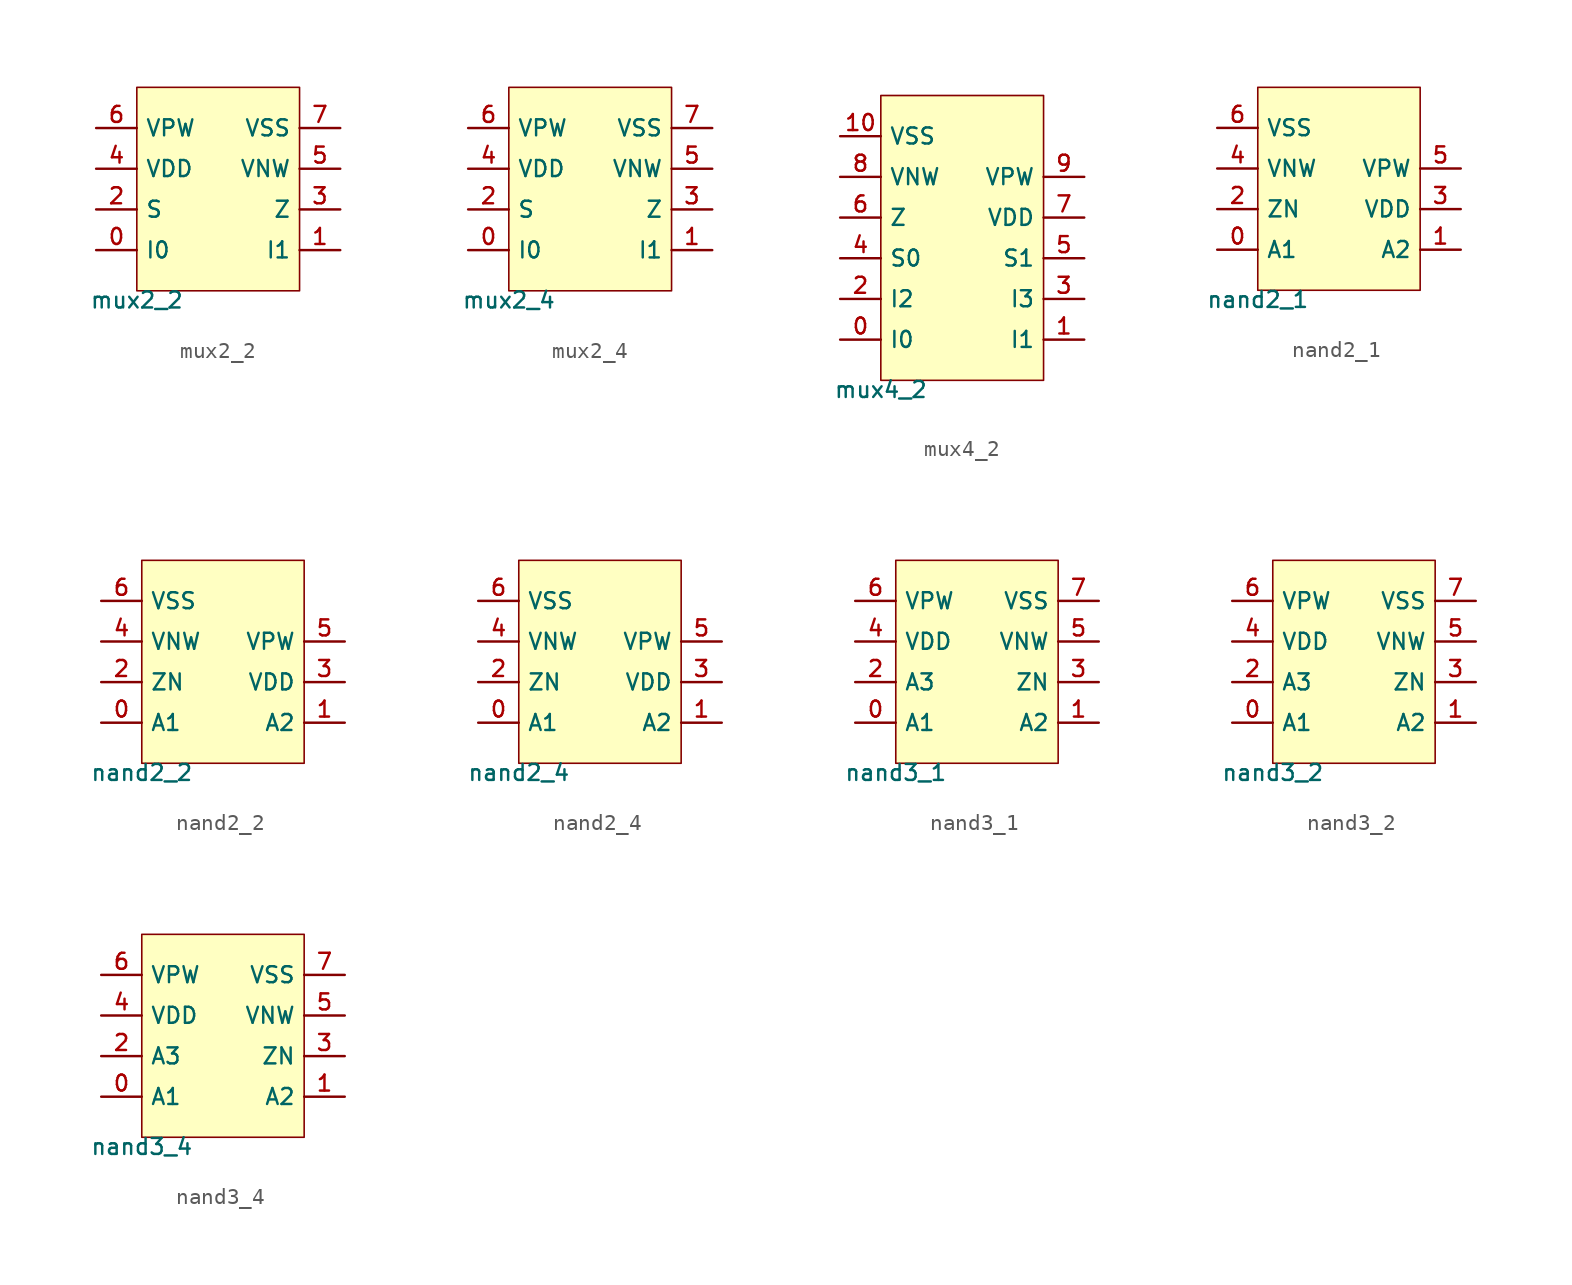
<source format=kicad_sym>
(kicad_symbol_lib
  (version 20211014)
  (generator pdk2kicad)
  (symbol "mux2_2"
    (property "Reference" "X"
      (at 0 0 0)
      (effects (font (size 1 1)) hide))
    (property "Value" "mux2_2"
      (at -5.08 -6.35 0)
      (effects (font (size 1 1)) (justify top)))
    (rectangle
      (start -5.08 -6.35)
      (end 5.08 6.35)
      (stroke (width 0.1) (type solid) (color 0 0 0 0))
      (fill (type background)))
    (pin bidirectional line
      (at -7.62 -3.81 0)
      (length 2.54)
      (name "I0" (effects (font (size 1 1)) hide))
      (number "0" (effects (font (size 1 1)) hide)))
    (pin bidirectional line
      (at 7.62 -3.81 180)
      (length 2.54)
      (name "I1" (effects (font (size 1 1)) hide))
      (number "1" (effects (font (size 1 1)) hide)))
    (pin bidirectional line
      (at -7.62 -1.27 0)
      (length 2.54)
      (name "S" (effects (font (size 1 1)) hide))
      (number "2" (effects (font (size 1 1)) hide)))
    (pin bidirectional line
      (at 7.62 -1.27 180)
      (length 2.54)
      (name "Z" (effects (font (size 1 1)) hide))
      (number "3" (effects (font (size 1 1)) hide)))
    (pin bidirectional line
      (at -7.62 1.27 0)
      (length 2.54)
      (name "VDD" (effects (font (size 1 1)) hide))
      (number "4" (effects (font (size 1 1)) hide)))
    (pin bidirectional line
      (at 7.62 1.27 180)
      (length 2.54)
      (name "VNW" (effects (font (size 1 1)) hide))
      (number "5" (effects (font (size 1 1)) hide)))
    (pin bidirectional line
      (at -7.62 3.81 0)
      (length 2.54)
      (name "VPW" (effects (font (size 1 1)) hide))
      (number "6" (effects (font (size 1 1)) hide)))
    (pin bidirectional line
      (at 7.62 3.81 180)
      (length 2.54)
      (name "VSS" (effects (font (size 1 1)) hide))
      (number "7" (effects (font (size 1 1)) hide))))
  (symbol "mux2_4"
    (property "Reference" "X"
      (at 0 0 0)
      (effects (font (size 1 1)) hide))
    (property "Value" "mux2_4"
      (at -5.08 -6.35 0)
      (effects (font (size 1 1)) (justify top)))
    (rectangle
      (start -5.08 -6.35)
      (end 5.08 6.35)
      (stroke (width 0.1) (type solid) (color 0 0 0 0))
      (fill (type background)))
    (pin bidirectional line
      (at -7.62 -3.81 0)
      (length 2.54)
      (name "I0" (effects (font (size 1 1)) hide))
      (number "0" (effects (font (size 1 1)) hide)))
    (pin bidirectional line
      (at 7.62 -3.81 180)
      (length 2.54)
      (name "I1" (effects (font (size 1 1)) hide))
      (number "1" (effects (font (size 1 1)) hide)))
    (pin bidirectional line
      (at -7.62 -1.27 0)
      (length 2.54)
      (name "S" (effects (font (size 1 1)) hide))
      (number "2" (effects (font (size 1 1)) hide)))
    (pin bidirectional line
      (at 7.62 -1.27 180)
      (length 2.54)
      (name "Z" (effects (font (size 1 1)) hide))
      (number "3" (effects (font (size 1 1)) hide)))
    (pin bidirectional line
      (at -7.62 1.27 0)
      (length 2.54)
      (name "VDD" (effects (font (size 1 1)) hide))
      (number "4" (effects (font (size 1 1)) hide)))
    (pin bidirectional line
      (at 7.62 1.27 180)
      (length 2.54)
      (name "VNW" (effects (font (size 1 1)) hide))
      (number "5" (effects (font (size 1 1)) hide)))
    (pin bidirectional line
      (at -7.62 3.81 0)
      (length 2.54)
      (name "VPW" (effects (font (size 1 1)) hide))
      (number "6" (effects (font (size 1 1)) hide)))
    (pin bidirectional line
      (at 7.62 3.81 180)
      (length 2.54)
      (name "VSS" (effects (font (size 1 1)) hide))
      (number "7" (effects (font (size 1 1)) hide))))
  (symbol "mux4_2"
    (property "Reference" "X"
      (at 0 0 0)
      (effects (font (size 1 1)) hide))
    (property "Value" "mux4_2"
      (at -5.08 -8.89 0)
      (effects (font (size 1 1)) (justify top)))
    (rectangle
      (start -5.08 -8.89)
      (end 5.08 8.89)
      (stroke (width 0.1) (type solid) (color 0 0 0 0))
      (fill (type background)))
    (pin bidirectional line
      (at -7.62 -6.35 0)
      (length 2.54)
      (name "I0" (effects (font (size 1 1)) hide))
      (number "0" (effects (font (size 1 1)) hide)))
    (pin bidirectional line
      (at 7.62 -6.35 180)
      (length 2.54)
      (name "I1" (effects (font (size 1 1)) hide))
      (number "1" (effects (font (size 1 1)) hide)))
    (pin bidirectional line
      (at -7.62 -3.81 0)
      (length 2.54)
      (name "I2" (effects (font (size 1 1)) hide))
      (number "2" (effects (font (size 1 1)) hide)))
    (pin bidirectional line
      (at 7.62 -3.81 180)
      (length 2.54)
      (name "I3" (effects (font (size 1 1)) hide))
      (number "3" (effects (font (size 1 1)) hide)))
    (pin bidirectional line
      (at -7.62 -1.27 0)
      (length 2.54)
      (name "S0" (effects (font (size 1 1)) hide))
      (number "4" (effects (font (size 1 1)) hide)))
    (pin bidirectional line
      (at 7.62 -1.27 180)
      (length 2.54)
      (name "S1" (effects (font (size 1 1)) hide))
      (number "5" (effects (font (size 1 1)) hide)))
    (pin bidirectional line
      (at -7.62 1.27 0)
      (length 2.54)
      (name "Z" (effects (font (size 1 1)) hide))
      (number "6" (effects (font (size 1 1)) hide)))
    (pin bidirectional line
      (at 7.62 1.27 180)
      (length 2.54)
      (name "VDD" (effects (font (size 1 1)) hide))
      (number "7" (effects (font (size 1 1)) hide)))
    (pin bidirectional line
      (at -7.62 3.81 0)
      (length 2.54)
      (name "VNW" (effects (font (size 1 1)) hide))
      (number "8" (effects (font (size 1 1)) hide)))
    (pin bidirectional line
      (at 7.62 3.81 180)
      (length 2.54)
      (name "VPW" (effects (font (size 1 1)) hide))
      (number "9" (effects (font (size 1 1)) hide)))
    (pin bidirectional line
      (at -7.62 6.35 0)
      (length 2.54)
      (name "VSS" (effects (font (size 1 1)) hide))
      (number "10" (effects (font (size 1 1)) hide))))
  (symbol "nand2_1"
    (property "Reference" "X"
      (at 0 0 0)
      (effects (font (size 1 1)) hide))
    (property "Value" "nand2_1"
      (at -5.08 -6.35 0)
      (effects (font (size 1 1)) (justify top)))
    (rectangle
      (start -5.08 -6.35)
      (end 5.08 6.35)
      (stroke (width 0.1) (type solid) (color 0 0 0 0))
      (fill (type background)))
    (pin bidirectional line
      (at -7.62 -3.81 0)
      (length 2.54)
      (name "A1" (effects (font (size 1 1)) hide))
      (number "0" (effects (font (size 1 1)) hide)))
    (pin bidirectional line
      (at 7.62 -3.81 180)
      (length 2.54)
      (name "A2" (effects (font (size 1 1)) hide))
      (number "1" (effects (font (size 1 1)) hide)))
    (pin bidirectional line
      (at -7.62 -1.27 0)
      (length 2.54)
      (name "ZN" (effects (font (size 1 1)) hide))
      (number "2" (effects (font (size 1 1)) hide)))
    (pin bidirectional line
      (at 7.62 -1.27 180)
      (length 2.54)
      (name "VDD" (effects (font (size 1 1)) hide))
      (number "3" (effects (font (size 1 1)) hide)))
    (pin bidirectional line
      (at -7.62 1.27 0)
      (length 2.54)
      (name "VNW" (effects (font (size 1 1)) hide))
      (number "4" (effects (font (size 1 1)) hide)))
    (pin bidirectional line
      (at 7.62 1.27 180)
      (length 2.54)
      (name "VPW" (effects (font (size 1 1)) hide))
      (number "5" (effects (font (size 1 1)) hide)))
    (pin bidirectional line
      (at -7.62 3.81 0)
      (length 2.54)
      (name "VSS" (effects (font (size 1 1)) hide))
      (number "6" (effects (font (size 1 1)) hide))))
  (symbol "nand2_2"
    (property "Reference" "X"
      (at 0 0 0)
      (effects (font (size 1 1)) hide))
    (property "Value" "nand2_2"
      (at -5.08 -6.35 0)
      (effects (font (size 1 1)) (justify top)))
    (rectangle
      (start -5.08 -6.35)
      (end 5.08 6.35)
      (stroke (width 0.1) (type solid) (color 0 0 0 0))
      (fill (type background)))
    (pin bidirectional line
      (at -7.62 -3.81 0)
      (length 2.54)
      (name "A1" (effects (font (size 1 1)) hide))
      (number "0" (effects (font (size 1 1)) hide)))
    (pin bidirectional line
      (at 7.62 -3.81 180)
      (length 2.54)
      (name "A2" (effects (font (size 1 1)) hide))
      (number "1" (effects (font (size 1 1)) hide)))
    (pin bidirectional line
      (at -7.62 -1.27 0)
      (length 2.54)
      (name "ZN" (effects (font (size 1 1)) hide))
      (number "2" (effects (font (size 1 1)) hide)))
    (pin bidirectional line
      (at 7.62 -1.27 180)
      (length 2.54)
      (name "VDD" (effects (font (size 1 1)) hide))
      (number "3" (effects (font (size 1 1)) hide)))
    (pin bidirectional line
      (at -7.62 1.27 0)
      (length 2.54)
      (name "VNW" (effects (font (size 1 1)) hide))
      (number "4" (effects (font (size 1 1)) hide)))
    (pin bidirectional line
      (at 7.62 1.27 180)
      (length 2.54)
      (name "VPW" (effects (font (size 1 1)) hide))
      (number "5" (effects (font (size 1 1)) hide)))
    (pin bidirectional line
      (at -7.62 3.81 0)
      (length 2.54)
      (name "VSS" (effects (font (size 1 1)) hide))
      (number "6" (effects (font (size 1 1)) hide))))
  (symbol "nand2_4"
    (property "Reference" "X"
      (at 0 0 0)
      (effects (font (size 1 1)) hide))
    (property "Value" "nand2_4"
      (at -5.08 -6.35 0)
      (effects (font (size 1 1)) (justify top)))
    (rectangle
      (start -5.08 -6.35)
      (end 5.08 6.35)
      (stroke (width 0.1) (type solid) (color 0 0 0 0))
      (fill (type background)))
    (pin bidirectional line
      (at -7.62 -3.81 0)
      (length 2.54)
      (name "A1" (effects (font (size 1 1)) hide))
      (number "0" (effects (font (size 1 1)) hide)))
    (pin bidirectional line
      (at 7.62 -3.81 180)
      (length 2.54)
      (name "A2" (effects (font (size 1 1)) hide))
      (number "1" (effects (font (size 1 1)) hide)))
    (pin bidirectional line
      (at -7.62 -1.27 0)
      (length 2.54)
      (name "ZN" (effects (font (size 1 1)) hide))
      (number "2" (effects (font (size 1 1)) hide)))
    (pin bidirectional line
      (at 7.62 -1.27 180)
      (length 2.54)
      (name "VDD" (effects (font (size 1 1)) hide))
      (number "3" (effects (font (size 1 1)) hide)))
    (pin bidirectional line
      (at -7.62 1.27 0)
      (length 2.54)
      (name "VNW" (effects (font (size 1 1)) hide))
      (number "4" (effects (font (size 1 1)) hide)))
    (pin bidirectional line
      (at 7.62 1.27 180)
      (length 2.54)
      (name "VPW" (effects (font (size 1 1)) hide))
      (number "5" (effects (font (size 1 1)) hide)))
    (pin bidirectional line
      (at -7.62 3.81 0)
      (length 2.54)
      (name "VSS" (effects (font (size 1 1)) hide))
      (number "6" (effects (font (size 1 1)) hide))))
  (symbol "nand3_1"
    (property "Reference" "X"
      (at 0 0 0)
      (effects (font (size 1 1)) hide))
    (property "Value" "nand3_1"
      (at -5.08 -6.35 0)
      (effects (font (size 1 1)) (justify top)))
    (rectangle
      (start -5.08 -6.35)
      (end 5.08 6.35)
      (stroke (width 0.1) (type solid) (color 0 0 0 0))
      (fill (type background)))
    (pin bidirectional line
      (at -7.62 -3.81 0)
      (length 2.54)
      (name "A1" (effects (font (size 1 1)) hide))
      (number "0" (effects (font (size 1 1)) hide)))
    (pin bidirectional line
      (at 7.62 -3.81 180)
      (length 2.54)
      (name "A2" (effects (font (size 1 1)) hide))
      (number "1" (effects (font (size 1 1)) hide)))
    (pin bidirectional line
      (at -7.62 -1.27 0)
      (length 2.54)
      (name "A3" (effects (font (size 1 1)) hide))
      (number "2" (effects (font (size 1 1)) hide)))
    (pin bidirectional line
      (at 7.62 -1.27 180)
      (length 2.54)
      (name "ZN" (effects (font (size 1 1)) hide))
      (number "3" (effects (font (size 1 1)) hide)))
    (pin bidirectional line
      (at -7.62 1.27 0)
      (length 2.54)
      (name "VDD" (effects (font (size 1 1)) hide))
      (number "4" (effects (font (size 1 1)) hide)))
    (pin bidirectional line
      (at 7.62 1.27 180)
      (length 2.54)
      (name "VNW" (effects (font (size 1 1)) hide))
      (number "5" (effects (font (size 1 1)) hide)))
    (pin bidirectional line
      (at -7.62 3.81 0)
      (length 2.54)
      (name "VPW" (effects (font (size 1 1)) hide))
      (number "6" (effects (font (size 1 1)) hide)))
    (pin bidirectional line
      (at 7.62 3.81 180)
      (length 2.54)
      (name "VSS" (effects (font (size 1 1)) hide))
      (number "7" (effects (font (size 1 1)) hide))))
  (symbol "nand3_2"
    (property "Reference" "X"
      (at 0 0 0)
      (effects (font (size 1 1)) hide))
    (property "Value" "nand3_2"
      (at -5.08 -6.35 0)
      (effects (font (size 1 1)) (justify top)))
    (rectangle
      (start -5.08 -6.35)
      (end 5.08 6.35)
      (stroke (width 0.1) (type solid) (color 0 0 0 0))
      (fill (type background)))
    (pin bidirectional line
      (at -7.62 -3.81 0)
      (length 2.54)
      (name "A1" (effects (font (size 1 1)) hide))
      (number "0" (effects (font (size 1 1)) hide)))
    (pin bidirectional line
      (at 7.62 -3.81 180)
      (length 2.54)
      (name "A2" (effects (font (size 1 1)) hide))
      (number "1" (effects (font (size 1 1)) hide)))
    (pin bidirectional line
      (at -7.62 -1.27 0)
      (length 2.54)
      (name "A3" (effects (font (size 1 1)) hide))
      (number "2" (effects (font (size 1 1)) hide)))
    (pin bidirectional line
      (at 7.62 -1.27 180)
      (length 2.54)
      (name "ZN" (effects (font (size 1 1)) hide))
      (number "3" (effects (font (size 1 1)) hide)))
    (pin bidirectional line
      (at -7.62 1.27 0)
      (length 2.54)
      (name "VDD" (effects (font (size 1 1)) hide))
      (number "4" (effects (font (size 1 1)) hide)))
    (pin bidirectional line
      (at 7.62 1.27 180)
      (length 2.54)
      (name "VNW" (effects (font (size 1 1)) hide))
      (number "5" (effects (font (size 1 1)) hide)))
    (pin bidirectional line
      (at -7.62 3.81 0)
      (length 2.54)
      (name "VPW" (effects (font (size 1 1)) hide))
      (number "6" (effects (font (size 1 1)) hide)))
    (pin bidirectional line
      (at 7.62 3.81 180)
      (length 2.54)
      (name "VSS" (effects (font (size 1 1)) hide))
      (number "7" (effects (font (size 1 1)) hide))))
  (symbol "nand3_4"
    (property "Reference" "X"
      (at 0 0 0)
      (effects (font (size 1 1)) hide))
    (property "Value" "nand3_4"
      (at -5.08 -6.35 0)
      (effects (font (size 1 1)) (justify top)))
    (rectangle
      (start -5.08 -6.35)
      (end 5.08 6.35)
      (stroke (width 0.1) (type solid) (color 0 0 0 0))
      (fill (type background)))
    (pin bidirectional line
      (at -7.62 -3.81 0)
      (length 2.54)
      (name "A1" (effects (font (size 1 1)) hide))
      (number "0" (effects (font (size 1 1)) hide)))
    (pin bidirectional line
      (at 7.62 -3.81 180)
      (length 2.54)
      (name "A2" (effects (font (size 1 1)) hide))
      (number "1" (effects (font (size 1 1)) hide)))
    (pin bidirectional line
      (at -7.62 -1.27 0)
      (length 2.54)
      (name "A3" (effects (font (size 1 1)) hide))
      (number "2" (effects (font (size 1 1)) hide)))
    (pin bidirectional line
      (at 7.62 -1.27 180)
      (length 2.54)
      (name "ZN" (effects (font (size 1 1)) hide))
      (number "3" (effects (font (size 1 1)) hide)))
    (pin bidirectional line
      (at -7.62 1.27 0)
      (length 2.54)
      (name "VDD" (effects (font (size 1 1)) hide))
      (number "4" (effects (font (size 1 1)) hide)))
    (pin bidirectional line
      (at 7.62 1.27 180)
      (length 2.54)
      (name "VNW" (effects (font (size 1 1)) hide))
      (number "5" (effects (font (size 1 1)) hide)))
    (pin bidirectional line
      (at -7.62 3.81 0)
      (length 2.54)
      (name "VPW" (effects (font (size 1 1)) hide))
      (number "6" (effects (font (size 1 1)) hide)))
    (pin bidirectional line
      (at 7.62 3.81 180)
      (length 2.54)
      (name "VSS" (effects (font (size 1 1)) hide))
      (number "7" (effects (font (size 1 1)) hide)))))
</source>
